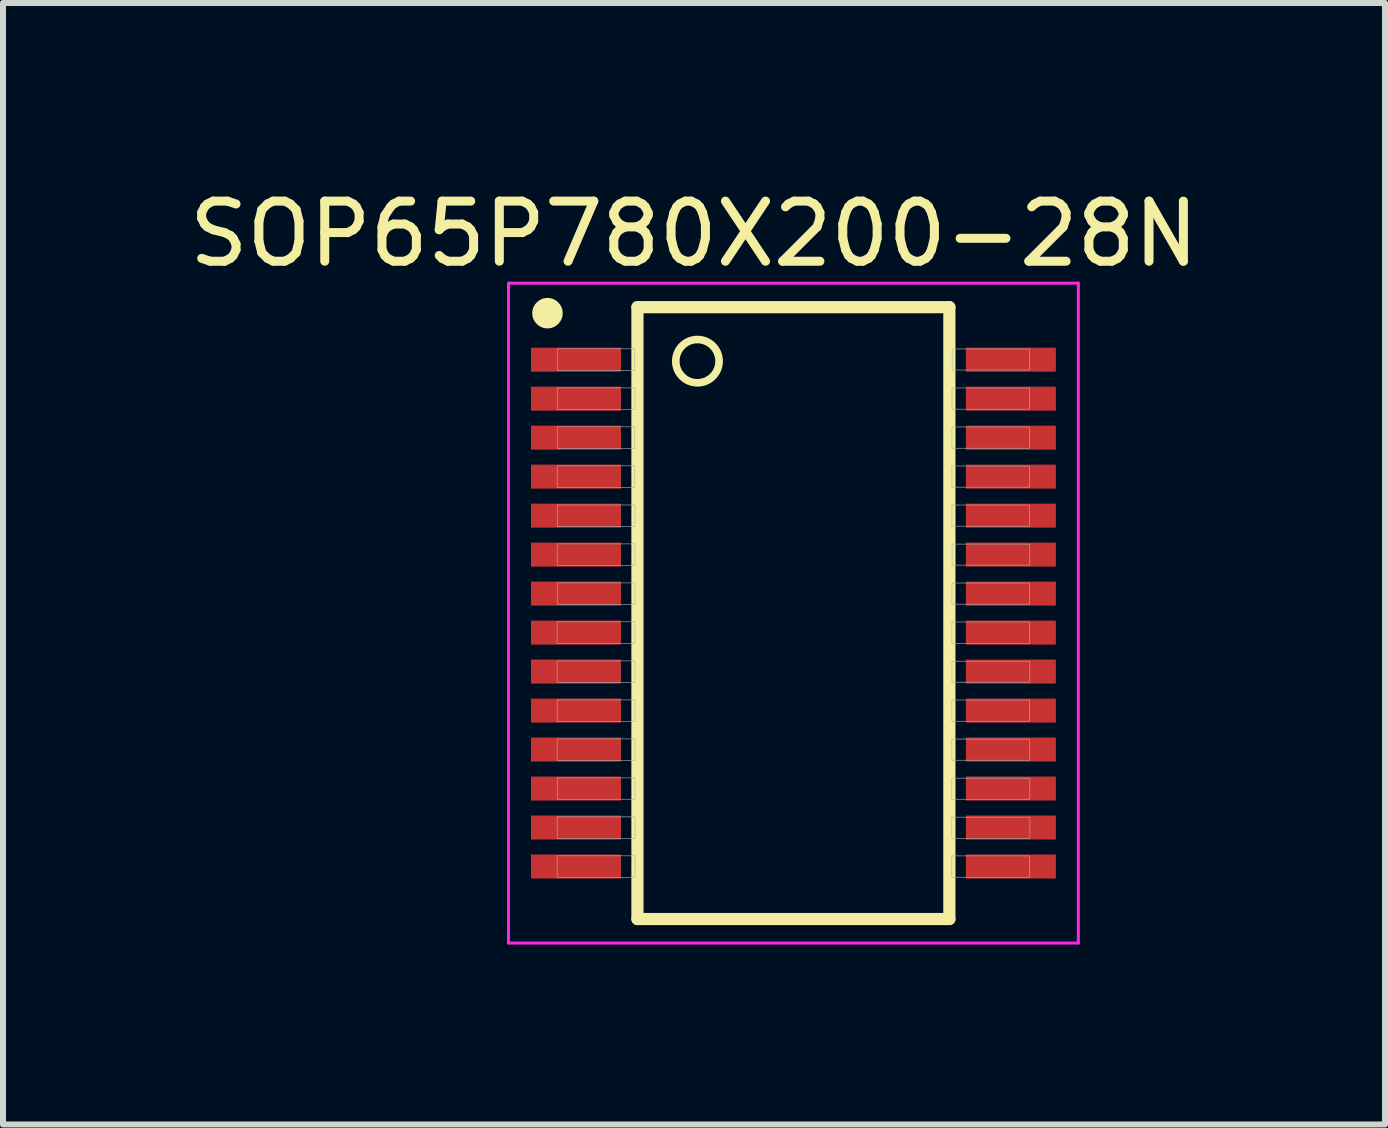
<source format=kicad_pcb>
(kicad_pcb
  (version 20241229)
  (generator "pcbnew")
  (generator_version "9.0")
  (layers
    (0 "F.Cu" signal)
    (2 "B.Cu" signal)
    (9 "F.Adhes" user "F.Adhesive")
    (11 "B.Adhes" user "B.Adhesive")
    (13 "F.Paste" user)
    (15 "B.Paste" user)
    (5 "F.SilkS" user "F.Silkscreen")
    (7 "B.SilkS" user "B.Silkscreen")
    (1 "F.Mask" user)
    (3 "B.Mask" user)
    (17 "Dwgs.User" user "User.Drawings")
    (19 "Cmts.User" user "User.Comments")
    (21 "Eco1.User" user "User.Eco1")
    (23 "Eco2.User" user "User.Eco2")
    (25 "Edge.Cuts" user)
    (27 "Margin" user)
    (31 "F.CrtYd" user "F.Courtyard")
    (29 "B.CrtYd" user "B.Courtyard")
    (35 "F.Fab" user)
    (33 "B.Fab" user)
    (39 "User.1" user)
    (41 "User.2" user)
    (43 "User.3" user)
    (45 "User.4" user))
  (footprint "SOP65P780X200-28N"
    (layer "F.Cu")
    (at 10.177 7.171)
    (property "Reference" "SOP65P780X200-28N" (at -1.658 -6.322 0) (layer "F.SilkS") (effects (font (size 1.002 1.002) (thickness 0.15))))
    (attr smd)
    (fp_line (start -2.6 -5.1) (end -2.6 5.1) (stroke (width 0.203) (type solid)) (layer "F.SilkS"))
    (fp_line (start -2.6 5.1) (end 2.6 5.1) (stroke (width 0.203) (type solid)) (layer "F.SilkS"))
    (fp_line (start 2.6 -5.1) (end -2.6 -5.1) (stroke (width 0.203) (type solid)) (layer "F.SilkS"))
    (fp_line (start 2.6 5.1) (end 2.6 -5.1) (stroke (width 0.203) (type solid)) (layer "F.SilkS"))
    (fp_circle (center -4.1 -5) (end -3.846 -5) (stroke (width 0) (type solid)) (fill yes) (layer "F.SilkS"))
    (fp_circle (center -1.6 -4.2) (end -1.239 -4.2) (stroke (width 0.127) (type solid)) (fill no) (layer "F.SilkS"))
    (fp_line (start -4.75 -5.5) (end 4.75 -5.5) (stroke (width 0.05) (type solid)) (layer "F.CrtYd"))
    (fp_line (start -4.75 5.5) (end -4.75 -5.5) (stroke (width 0.05) (type solid)) (layer "F.CrtYd"))
    (fp_line (start 4.75 -5.5) (end 4.75 5.5) (stroke (width 0.05) (type solid)) (layer "F.CrtYd"))
    (fp_line (start 4.75 5.5) (end -4.75 5.5) (stroke (width 0.05) (type solid)) (layer "F.CrtYd"))
    (fp_poly (pts (xy -2.645 -4.406) (xy -2.645 -4.047) (xy -3.937 -4.047) (xy -3.937 -4.406)) (stroke (width 0.01) (type solid)) (fill no) (layer "F.Fab"))
    (fp_poly (pts (xy -2.644 -2.455) (xy -2.644 -2.096) (xy -3.938 -2.096) (xy -3.938 -2.455)) (stroke (width 0.01) (type solid)) (fill no) (layer "F.Fab"))
    (fp_poly (pts (xy -2.644 -3.105) (xy -2.644 -2.747) (xy -3.937 -2.747) (xy -3.937 -3.105)) (stroke (width 0.01) (type solid)) (fill no) (layer "F.Fab"))
    (fp_poly (pts (xy -2.643 0.146) (xy -2.643 0.505) (xy -3.939 0.505) (xy -3.939 0.146)) (stroke (width 0.01) (type solid)) (fill no) (layer "F.Fab"))
    (fp_poly (pts (xy -2.642 -1.154) (xy -2.642 -0.797) (xy -3.938 -0.797) (xy -3.938 -1.154)) (stroke (width 0.01) (type solid)) (fill no) (layer "F.Fab"))
    (fp_poly (pts (xy -2.642 -3.754) (xy -2.642 -3.397) (xy -3.937 -3.397) (xy -3.937 -3.754)) (stroke (width 0.01) (type solid)) (fill no) (layer "F.Fab"))
    (fp_poly (pts (xy -2.642 0.797) (xy -2.642 1.155) (xy -3.939 1.155) (xy -3.939 0.797)) (stroke (width 0.01) (type solid)) (fill no) (layer "F.Fab"))
    (fp_poly (pts (xy -2.642 -1.803) (xy -2.642 -1.447) (xy -3.937 -1.447) (xy -3.937 -1.803)) (stroke (width 0.01) (type solid)) (fill no) (layer "F.Fab"))
    (fp_poly (pts (xy -2.642 1.447) (xy -2.642 1.804) (xy -3.938 1.804) (xy -3.938 1.447)) (stroke (width 0.01) (type solid)) (fill no) (layer "F.Fab"))
    (fp_poly (pts (xy -2.642 -0.503) (xy -2.642 -0.147) (xy -3.937 -0.147) (xy -3.937 -0.503)) (stroke (width 0.01) (type solid)) (fill no) (layer "F.Fab"))
    (fp_poly (pts (xy -2.642 2.097) (xy -2.642 2.455) (xy -3.939 2.455) (xy -3.939 2.097)) (stroke (width 0.01) (type solid)) (fill no) (layer "F.Fab"))
    (fp_poly (pts (xy -2.642 2.747) (xy -2.642 3.103) (xy -3.937 3.103) (xy -3.937 2.747)) (stroke (width 0.01) (type solid)) (fill no) (layer "F.Fab"))
    (fp_poly (pts (xy -2.641 3.397) (xy -2.641 3.754) (xy -3.938 3.754) (xy -3.938 3.397)) (stroke (width 0.01) (type solid)) (fill no) (layer "F.Fab"))
    (fp_poly (pts (xy -2.641 4.047) (xy -2.641 4.404) (xy -3.939 4.404) (xy -3.939 4.047)) (stroke (width 0.01) (type solid)) (fill no) (layer "F.Fab"))
    (fp_poly (pts (xy 3.937 -4.403) (xy 3.937 -4.052) (xy 2.647 -4.052) (xy 2.647 -4.403)) (stroke (width 0.01) (type solid)) (fill no) (layer "F.Fab"))
    (fp_poly (pts (xy 3.937 -3.753) (xy 3.937 -3.4) (xy 2.644 -3.4) (xy 2.644 -3.753)) (stroke (width 0.01) (type solid)) (fill no) (layer "F.Fab"))
    (fp_poly (pts (xy 3.937 -3.103) (xy 3.937 -2.749) (xy 2.643 -2.749) (xy 2.643 -3.103)) (stroke (width 0.01) (type solid)) (fill no) (layer "F.Fab"))
    (fp_poly (pts (xy 3.938 -2.452) (xy 3.938 -2.099) (xy 2.643 -2.099) (xy 2.643 -2.452)) (stroke (width 0.01) (type solid)) (fill no) (layer "F.Fab"))
    (fp_poly (pts (xy 3.938 0.148) (xy 3.938 0.503) (xy 2.642 0.503) (xy 2.642 0.148)) (stroke (width 0.01) (type solid)) (fill no) (layer "F.Fab"))
    (fp_poly (pts (xy 3.938 -1.802) (xy 3.938 -1.449) (xy 2.643 -1.449) (xy 2.643 -1.802)) (stroke (width 0.01) (type solid)) (fill no) (layer "F.Fab"))
    (fp_poly (pts (xy 3.938 4.048) (xy 3.938 4.403) (xy 2.641 4.403) (xy 2.641 4.048)) (stroke (width 0.01) (type solid)) (fill no) (layer "F.Fab"))
    (fp_poly (pts (xy 3.939 1.449) (xy 3.939 1.803) (xy 2.642 1.803) (xy 2.642 1.449)) (stroke (width 0.01) (type solid)) (fill no) (layer "F.Fab"))
    (fp_poly (pts (xy 3.939 -0.501) (xy 3.939 -0.149) (xy 2.643 -0.149) (xy 2.643 -0.501)) (stroke (width 0.01) (type solid)) (fill no) (layer "F.Fab"))
    (fp_poly (pts (xy 3.94 -1.15) (xy 3.94 -0.8) (xy 2.645 -0.8) (xy 2.645 -1.15)) (stroke (width 0.01) (type solid)) (fill no) (layer "F.Fab"))
    (fp_poly (pts (xy 3.94 2.1) (xy 3.94 2.453) (xy 2.642 2.453) (xy 2.642 2.1)) (stroke (width 0.01) (type solid)) (fill no) (layer "F.Fab"))
    (fp_poly (pts (xy 3.941 2.752) (xy 3.941 3.103) (xy 2.641 3.103) (xy 2.641 2.752)) (stroke (width 0.01) (type solid)) (fill no) (layer "F.Fab"))
    (fp_poly (pts (xy 3.941 0.802) (xy 3.941 1.152) (xy 2.643 1.152) (xy 2.643 0.802)) (stroke (width 0.01) (type solid)) (fill no) (layer "F.Fab"))
    (fp_poly (pts (xy 3.942 3.402) (xy 3.942 3.754) (xy 2.641 3.754) (xy 2.641 3.402)) (stroke (width 0.01) (type solid)) (fill no) (layer "F.Fab"))
    (pad "1" smd rect (at -3.625 -4.225) (size 1.5 0.4) (layers "F.Cu" "F.Mask" "F.Paste"))
    (pad "2" smd rect (at -3.625 -3.575) (size 1.5 0.4) (layers "F.Cu" "F.Mask" "F.Paste"))
    (pad "3" smd rect (at -3.625 -2.925) (size 1.5 0.4) (layers "F.Cu" "F.Mask" "F.Paste"))
    (pad "4" smd rect (at -3.625 -2.275) (size 1.5 0.4) (layers "F.Cu" "F.Mask" "F.Paste"))
    (pad "5" smd rect (at -3.625 -1.625) (size 1.5 0.4) (layers "F.Cu" "F.Mask" "F.Paste"))
    (pad "6" smd rect (at -3.625 -0.975) (size 1.5 0.4) (layers "F.Cu" "F.Mask" "F.Paste"))
    (pad "7" smd rect (at -3.625 -0.325) (size 1.5 0.4) (layers "F.Cu" "F.Mask" "F.Paste"))
    (pad "8" smd rect (at -3.625 0.325) (size 1.5 0.4) (layers "F.Cu" "F.Mask" "F.Paste"))
    (pad "9" smd rect (at -3.625 0.975) (size 1.5 0.4) (layers "F.Cu" "F.Mask" "F.Paste"))
    (pad "10" smd rect (at -3.625 1.625) (size 1.5 0.4) (layers "F.Cu" "F.Mask" "F.Paste"))
    (pad "11" smd rect (at -3.625 2.275) (size 1.5 0.4) (layers "F.Cu" "F.Mask" "F.Paste"))
    (pad "12" smd rect (at -3.625 2.925) (size 1.5 0.4) (layers "F.Cu" "F.Mask" "F.Paste"))
    (pad "13" smd rect (at -3.625 3.575) (size 1.5 0.4) (layers "F.Cu" "F.Mask" "F.Paste"))
    (pad "14" smd rect (at -3.625 4.225) (size 1.5 0.4) (layers "F.Cu" "F.Mask" "F.Paste"))
    (pad "15" smd rect (at 3.625 4.225) (size 1.5 0.4) (layers "F.Cu" "F.Mask" "F.Paste"))
    (pad "16" smd rect (at 3.625 3.575) (size 1.5 0.4) (layers "F.Cu" "F.Mask" "F.Paste"))
    (pad "17" smd rect (at 3.625 2.925) (size 1.5 0.4) (layers "F.Cu" "F.Mask" "F.Paste"))
    (pad "18" smd rect (at 3.625 2.275) (size 1.5 0.4) (layers "F.Cu" "F.Mask" "F.Paste"))
    (pad "19" smd rect (at 3.625 1.625) (size 1.5 0.4) (layers "F.Cu" "F.Mask" "F.Paste"))
    (pad "20" smd rect (at 3.625 0.975) (size 1.5 0.4) (layers "F.Cu" "F.Mask" "F.Paste"))
    (pad "21" smd rect (at 3.625 0.325) (size 1.5 0.4) (layers "F.Cu" "F.Mask" "F.Paste"))
    (pad "22" smd rect (at 3.625 -0.325) (size 1.5 0.4) (layers "F.Cu" "F.Mask" "F.Paste"))
    (pad "23" smd rect (at 3.625 -0.975) (size 1.5 0.4) (layers "F.Cu" "F.Mask" "F.Paste"))
    (pad "24" smd rect (at 3.625 -1.625) (size 1.5 0.4) (layers "F.Cu" "F.Mask" "F.Paste"))
    (pad "25" smd rect (at 3.625 -2.275) (size 1.5 0.4) (layers "F.Cu" "F.Mask" "F.Paste"))
    (pad "26" smd rect (at 3.625 -2.925) (size 1.5 0.4) (layers "F.Cu" "F.Mask" "F.Paste"))
    (pad "27" smd rect (at 3.625 -3.575) (size 1.5 0.4) (layers "F.Cu" "F.Mask" "F.Paste"))
    (pad "28" smd rect (at 3.625 -4.225) (size 1.5 0.4) (layers "F.Cu" "F.Mask" "F.Paste")))
  (gr_rect
    (start -3 -3)
    (end 20.04 15.696)
    (stroke (width 0.1) (type default))
    (fill no)
    (layer "Edge.Cuts")))
</source>
